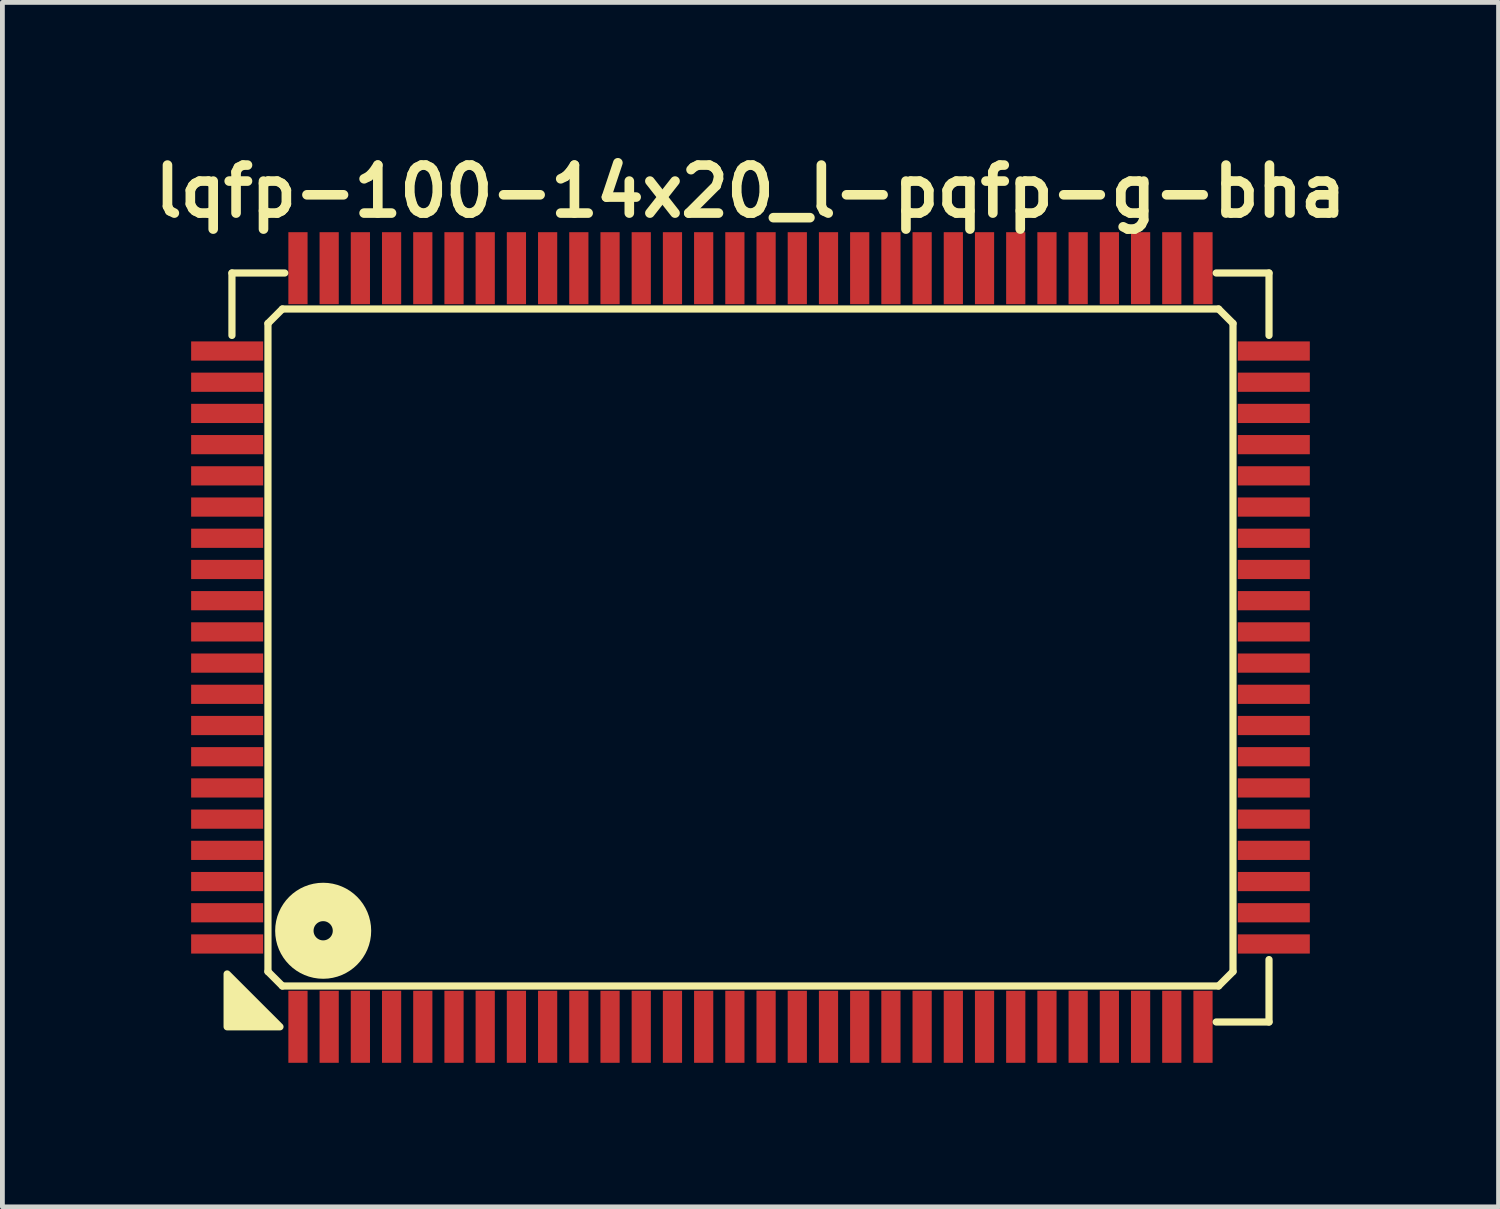
<source format=kicad_pcb>
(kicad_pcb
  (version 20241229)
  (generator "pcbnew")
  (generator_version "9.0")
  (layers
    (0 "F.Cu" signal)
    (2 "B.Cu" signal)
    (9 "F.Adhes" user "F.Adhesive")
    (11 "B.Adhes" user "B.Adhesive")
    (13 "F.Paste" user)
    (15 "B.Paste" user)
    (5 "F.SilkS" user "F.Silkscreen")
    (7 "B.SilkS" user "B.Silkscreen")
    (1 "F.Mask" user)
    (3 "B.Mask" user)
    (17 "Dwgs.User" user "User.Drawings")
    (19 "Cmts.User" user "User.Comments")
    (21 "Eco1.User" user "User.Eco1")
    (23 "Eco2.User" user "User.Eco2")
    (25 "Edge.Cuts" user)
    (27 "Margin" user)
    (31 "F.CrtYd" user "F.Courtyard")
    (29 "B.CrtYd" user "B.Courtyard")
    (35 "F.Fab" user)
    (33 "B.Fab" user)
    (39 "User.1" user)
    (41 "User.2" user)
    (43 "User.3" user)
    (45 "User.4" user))
  (footprint "lqfp-100-14x20_l-pqfp-g-bha"
    (layer "F.Cu")
    (at 12.581 10.436)
    (property "Reference" "lqfp-100-14x20_l-pqfp-g-bha" (at 0 -9.5 0) (layer "F.SilkS") (effects (font (size 1 1) (thickness 0.2))))
    (attr smd)
    (fp_line (start -10.8 -7.8) (end -9.7 -7.8) (stroke (width 0.15) (type solid)) (layer "F.SilkS"))
    (fp_line (start -10.8 -6.5) (end -10.8 -7.8) (stroke (width 0.15) (type solid)) (layer "F.SilkS"))
    (fp_line (start -10.05 -6.75) (end -9.75 -7.05) (stroke (width 0.15) (type solid)) (layer "F.SilkS"))
    (fp_line (start -10.05 6.75) (end -10.05 -6.75) (stroke (width 0.15) (type solid)) (layer "F.SilkS"))
    (fp_line (start -9.75 -7.05) (end 9.75 -7.05) (stroke (width 0.15) (type solid)) (layer "F.SilkS"))
    (fp_line (start -9.75 7.05) (end -10.05 6.75) (stroke (width 0.15) (type solid)) (layer "F.SilkS"))
    (fp_line (start 9.7 -7.8) (end 10.8 -7.8) (stroke (width 0.15) (type solid)) (layer "F.SilkS"))
    (fp_line (start 9.75 -7.05) (end 10.05 -6.75) (stroke (width 0.15) (type solid)) (layer "F.SilkS"))
    (fp_line (start 9.75 7.05) (end -9.75 7.05) (stroke (width 0.15) (type solid)) (layer "F.SilkS"))
    (fp_line (start 10.05 -6.75) (end 10.05 6.75) (stroke (width 0.15) (type solid)) (layer "F.SilkS"))
    (fp_line (start 10.05 6.75) (end 9.75 7.05) (stroke (width 0.15) (type solid)) (layer "F.SilkS"))
    (fp_line (start 10.8 -7.8) (end 10.8 -6.5) (stroke (width 0.15) (type solid)) (layer "F.SilkS"))
    (fp_line (start 10.8 6.5) (end 10.8 7.8) (stroke (width 0.15) (type solid)) (layer "F.SilkS"))
    (fp_line (start 10.8 7.8) (end 9.7 7.8) (stroke (width 0.15) (type solid)) (layer "F.SilkS"))
    (fp_circle (center -8.9 5.9) (end -8.7 5.9) (stroke (width 0.8) (type solid)) (fill no) (layer "F.SilkS"))
    (fp_poly (pts (xy -9.8 7.9) (xy -10.9 7.9) (xy -10.9 6.8)) (stroke (width 0.15) (type solid)) (fill yes) (layer "F.SilkS"))
    (pad "1" smd rect (at -9.425 7.9) (size 0.4 1.5) (layers "F.Cu" "F.Mask" "F.Paste"))
    (pad "2" smd rect (at -8.775 7.9) (size 0.4 1.5) (layers "F.Cu" "F.Mask" "F.Paste"))
    (pad "3" smd rect (at -8.125 7.9) (size 0.4 1.5) (layers "F.Cu" "F.Mask" "F.Paste"))
    (pad "4" smd rect (at -7.475 7.9) (size 0.4 1.5) (layers "F.Cu" "F.Mask" "F.Paste"))
    (pad "5" smd rect (at -6.825 7.9) (size 0.4 1.5) (layers "F.Cu" "F.Mask" "F.Paste"))
    (pad "6" smd rect (at -6.175 7.9) (size 0.4 1.5) (layers "F.Cu" "F.Mask" "F.Paste"))
    (pad "7" smd rect (at -5.525 7.9) (size 0.4 1.5) (layers "F.Cu" "F.Mask" "F.Paste"))
    (pad "8" smd rect (at -4.875 7.9) (size 0.4 1.5) (layers "F.Cu" "F.Mask" "F.Paste"))
    (pad "9" smd rect (at -4.225 7.9) (size 0.4 1.5) (layers "F.Cu" "F.Mask" "F.Paste"))
    (pad "10" smd rect (at -3.575 7.9) (size 0.4 1.5) (layers "F.Cu" "F.Mask" "F.Paste"))
    (pad "11" smd rect (at -2.925 7.9) (size 0.4 1.5) (layers "F.Cu" "F.Mask" "F.Paste"))
    (pad "12" smd rect (at -2.275 7.9) (size 0.4 1.5) (layers "F.Cu" "F.Mask" "F.Paste"))
    (pad "13" smd rect (at -1.625 7.9) (size 0.4 1.5) (layers "F.Cu" "F.Mask" "F.Paste"))
    (pad "14" smd rect (at -0.975 7.9) (size 0.4 1.5) (layers "F.Cu" "F.Mask" "F.Paste"))
    (pad "15" smd rect (at -0.325 7.9) (size 0.4 1.5) (layers "F.Cu" "F.Mask" "F.Paste"))
    (pad "16" smd rect (at 0.325 7.9) (size 0.4 1.5) (layers "F.Cu" "F.Mask" "F.Paste"))
    (pad "17" smd rect (at 0.975 7.9) (size 0.4 1.5) (layers "F.Cu" "F.Mask" "F.Paste"))
    (pad "18" smd rect (at 1.625 7.9) (size 0.4 1.5) (layers "F.Cu" "F.Mask" "F.Paste"))
    (pad "19" smd rect (at 2.275 7.9) (size 0.4 1.5) (layers "F.Cu" "F.Mask" "F.Paste"))
    (pad "20" smd rect (at 2.925 7.9) (size 0.4 1.5) (layers "F.Cu" "F.Mask" "F.Paste"))
    (pad "21" smd rect (at 3.575 7.9) (size 0.4 1.5) (layers "F.Cu" "F.Mask" "F.Paste"))
    (pad "22" smd rect (at 4.225 7.9) (size 0.4 1.5) (layers "F.Cu" "F.Mask" "F.Paste"))
    (pad "23" smd rect (at 4.875 7.9) (size 0.4 1.5) (layers "F.Cu" "F.Mask" "F.Paste"))
    (pad "24" smd rect (at 5.525 7.9) (size 0.4 1.5) (layers "F.Cu" "F.Mask" "F.Paste"))
    (pad "25" smd rect (at 6.175 7.9) (size 0.4 1.5) (layers "F.Cu" "F.Mask" "F.Paste"))
    (pad "26" smd rect (at 6.825 7.9) (size 0.4 1.5) (layers "F.Cu" "F.Mask" "F.Paste"))
    (pad "27" smd rect (at 7.475 7.9) (size 0.4 1.5) (layers "F.Cu" "F.Mask" "F.Paste"))
    (pad "28" smd rect (at 8.125 7.9) (size 0.4 1.5) (layers "F.Cu" "F.Mask" "F.Paste"))
    (pad "29" smd rect (at 8.775 7.9) (size 0.4 1.5) (layers "F.Cu" "F.Mask" "F.Paste"))
    (pad "30" smd rect (at 9.425 7.9) (size 0.4 1.5) (layers "F.Cu" "F.Mask" "F.Paste"))
    (pad "31" smd rect (at 10.9 6.175) (size 1.5 0.4) (layers "F.Cu" "F.Mask" "F.Paste"))
    (pad "32" smd rect (at 10.9 5.525) (size 1.5 0.4) (layers "F.Cu" "F.Mask" "F.Paste"))
    (pad "33" smd rect (at 10.9 4.875) (size 1.5 0.4) (layers "F.Cu" "F.Mask" "F.Paste"))
    (pad "34" smd rect (at 10.9 4.225) (size 1.5 0.4) (layers "F.Cu" "F.Mask" "F.Paste"))
    (pad "35" smd rect (at 10.9 3.575) (size 1.5 0.4) (layers "F.Cu" "F.Mask" "F.Paste"))
    (pad "36" smd rect (at 10.9 2.925) (size 1.5 0.4) (layers "F.Cu" "F.Mask" "F.Paste"))
    (pad "37" smd rect (at 10.9 2.275) (size 1.5 0.4) (layers "F.Cu" "F.Mask" "F.Paste"))
    (pad "38" smd rect (at 10.9 1.625) (size 1.5 0.4) (layers "F.Cu" "F.Mask" "F.Paste"))
    (pad "39" smd rect (at 10.9 0.975) (size 1.5 0.4) (layers "F.Cu" "F.Mask" "F.Paste"))
    (pad "40" smd rect (at 10.9 0.325) (size 1.5 0.4) (layers "F.Cu" "F.Mask" "F.Paste"))
    (pad "41" smd rect (at 10.9 -0.325) (size 1.5 0.4) (layers "F.Cu" "F.Mask" "F.Paste"))
    (pad "42" smd rect (at 10.9 -0.975) (size 1.5 0.4) (layers "F.Cu" "F.Mask" "F.Paste"))
    (pad "43" smd rect (at 10.9 -1.625) (size 1.5 0.4) (layers "F.Cu" "F.Mask" "F.Paste"))
    (pad "44" smd rect (at 10.9 -2.275) (size 1.5 0.4) (layers "F.Cu" "F.Mask" "F.Paste"))
    (pad "45" smd rect (at 10.9 -2.925) (size 1.5 0.4) (layers "F.Cu" "F.Mask" "F.Paste"))
    (pad "46" smd rect (at 10.9 -3.575) (size 1.5 0.4) (layers "F.Cu" "F.Mask" "F.Paste"))
    (pad "47" smd rect (at 10.9 -4.225) (size 1.5 0.4) (layers "F.Cu" "F.Mask" "F.Paste"))
    (pad "48" smd rect (at 10.9 -4.875) (size 1.5 0.4) (layers "F.Cu" "F.Mask" "F.Paste"))
    (pad "49" smd rect (at 10.9 -5.525) (size 1.5 0.4) (layers "F.Cu" "F.Mask" "F.Paste"))
    (pad "50" smd rect (at 10.9 -6.175) (size 1.5 0.4) (layers "F.Cu" "F.Mask" "F.Paste"))
    (pad "51" smd rect (at 9.425 -7.9) (size 0.4 1.5) (layers "F.Cu" "F.Mask" "F.Paste"))
    (pad "52" smd rect (at 8.775 -7.9) (size 0.4 1.5) (layers "F.Cu" "F.Mask" "F.Paste"))
    (pad "53" smd rect (at 8.125 -7.9) (size 0.4 1.5) (layers "F.Cu" "F.Mask" "F.Paste"))
    (pad "54" smd rect (at 7.475 -7.9) (size 0.4 1.5) (layers "F.Cu" "F.Mask" "F.Paste"))
    (pad "55" smd rect (at 6.825 -7.9) (size 0.4 1.5) (layers "F.Cu" "F.Mask" "F.Paste"))
    (pad "56" smd rect (at 6.175 -7.9) (size 0.4 1.5) (layers "F.Cu" "F.Mask" "F.Paste"))
    (pad "57" smd rect (at 5.525 -7.9) (size 0.4 1.5) (layers "F.Cu" "F.Mask" "F.Paste"))
    (pad "58" smd rect (at 4.875 -7.9) (size 0.4 1.5) (layers "F.Cu" "F.Mask" "F.Paste"))
    (pad "59" smd rect (at 4.225 -7.9) (size 0.4 1.5) (layers "F.Cu" "F.Mask" "F.Paste"))
    (pad "60" smd rect (at 3.575 -7.9) (size 0.4 1.5) (layers "F.Cu" "F.Mask" "F.Paste"))
    (pad "61" smd rect (at 2.925 -7.9) (size 0.4 1.5) (layers "F.Cu" "F.Mask" "F.Paste"))
    (pad "62" smd rect (at 2.275 -7.9) (size 0.4 1.5) (layers "F.Cu" "F.Mask" "F.Paste"))
    (pad "63" smd rect (at 1.625 -7.9) (size 0.4 1.5) (layers "F.Cu" "F.Mask" "F.Paste"))
    (pad "64" smd rect (at 0.975 -7.9) (size 0.4 1.5) (layers "F.Cu" "F.Mask" "F.Paste"))
    (pad "65" smd rect (at 0.325 -7.9) (size 0.4 1.5) (layers "F.Cu" "F.Mask" "F.Paste"))
    (pad "66" smd rect (at -0.325 -7.9) (size 0.4 1.5) (layers "F.Cu" "F.Mask" "F.Paste"))
    (pad "67" smd rect (at -0.975 -7.9) (size 0.4 1.5) (layers "F.Cu" "F.Mask" "F.Paste"))
    (pad "68" smd rect (at -1.625 -7.9) (size 0.4 1.5) (layers "F.Cu" "F.Mask" "F.Paste"))
    (pad "69" smd rect (at -2.275 -7.9) (size 0.4 1.5) (layers "F.Cu" "F.Mask" "F.Paste"))
    (pad "70" smd rect (at -2.925 -7.9) (size 0.4 1.5) (layers "F.Cu" "F.Mask" "F.Paste"))
    (pad "71" smd rect (at -3.575 -7.9) (size 0.4 1.5) (layers "F.Cu" "F.Mask" "F.Paste"))
    (pad "72" smd rect (at -4.225 -7.9) (size 0.4 1.5) (layers "F.Cu" "F.Mask" "F.Paste"))
    (pad "73" smd rect (at -4.875 -7.9) (size 0.4 1.5) (layers "F.Cu" "F.Mask" "F.Paste"))
    (pad "74" smd rect (at -5.525 -7.9) (size 0.4 1.5) (layers "F.Cu" "F.Mask" "F.Paste"))
    (pad "75" smd rect (at -6.175 -7.9) (size 0.4 1.5) (layers "F.Cu" "F.Mask" "F.Paste"))
    (pad "76" smd rect (at -6.825 -7.9) (size 0.4 1.5) (layers "F.Cu" "F.Mask" "F.Paste"))
    (pad "77" smd rect (at -7.475 -7.9) (size 0.4 1.5) (layers "F.Cu" "F.Mask" "F.Paste"))
    (pad "78" smd rect (at -8.125 -7.9) (size 0.4 1.5) (layers "F.Cu" "F.Mask" "F.Paste"))
    (pad "79" smd rect (at -8.775 -7.9) (size 0.4 1.5) (layers "F.Cu" "F.Mask" "F.Paste"))
    (pad "80" smd rect (at -9.425 -7.9) (size 0.4 1.5) (layers "F.Cu" "F.Mask" "F.Paste"))
    (pad "81" smd rect (at -10.9 -6.175) (size 1.5 0.4) (layers "F.Cu" "F.Mask" "F.Paste"))
    (pad "82" smd rect (at -10.9 -5.525) (size 1.5 0.4) (layers "F.Cu" "F.Mask" "F.Paste"))
    (pad "83" smd rect (at -10.9 -4.875) (size 1.5 0.4) (layers "F.Cu" "F.Mask" "F.Paste"))
    (pad "84" smd rect (at -10.9 -4.225) (size 1.5 0.4) (layers "F.Cu" "F.Mask" "F.Paste"))
    (pad "85" smd rect (at -10.9 -3.575) (size 1.5 0.4) (layers "F.Cu" "F.Mask" "F.Paste"))
    (pad "86" smd rect (at -10.9 -2.925) (size 1.5 0.4) (layers "F.Cu" "F.Mask" "F.Paste"))
    (pad "87" smd rect (at -10.9 -2.275) (size 1.5 0.4) (layers "F.Cu" "F.Mask" "F.Paste"))
    (pad "88" smd rect (at -10.9 -1.625) (size 1.5 0.4) (layers "F.Cu" "F.Mask" "F.Paste"))
    (pad "89" smd rect (at -10.9 -0.975) (size 1.5 0.4) (layers "F.Cu" "F.Mask" "F.Paste"))
    (pad "90" smd rect (at -10.9 -0.325) (size 1.5 0.4) (layers "F.Cu" "F.Mask" "F.Paste"))
    (pad "91" smd rect (at -10.9 0.325) (size 1.5 0.4) (layers "F.Cu" "F.Mask" "F.Paste"))
    (pad "92" smd rect (at -10.9 0.975) (size 1.5 0.4) (layers "F.Cu" "F.Mask" "F.Paste"))
    (pad "93" smd rect (at -10.9 1.625) (size 1.5 0.4) (layers "F.Cu" "F.Mask" "F.Paste"))
    (pad "94" smd rect (at -10.9 2.275) (size 1.5 0.4) (layers "F.Cu" "F.Mask" "F.Paste"))
    (pad "95" smd rect (at -10.9 2.925) (size 1.5 0.4) (layers "F.Cu" "F.Mask" "F.Paste"))
    (pad "96" smd rect (at -10.9 3.575) (size 1.5 0.4) (layers "F.Cu" "F.Mask" "F.Paste"))
    (pad "97" smd rect (at -10.9 4.225) (size 1.5 0.4) (layers "F.Cu" "F.Mask" "F.Paste"))
    (pad "98" smd rect (at -10.9 4.875) (size 1.5 0.4) (layers "F.Cu" "F.Mask" "F.Paste"))
    (pad "99" smd rect (at -10.9 5.525) (size 1.5 0.4) (layers "F.Cu" "F.Mask" "F.Paste"))
    (pad "100" smd rect (at -10.9 6.175) (size 1.5 0.4) (layers "F.Cu" "F.Mask" "F.Paste")))
  (gr_rect
    (start -3 -3)
    (end 28.162 22.086)
    (stroke (width 0.1) (type default))
    (fill no)
    (layer "Edge.Cuts")))
</source>
